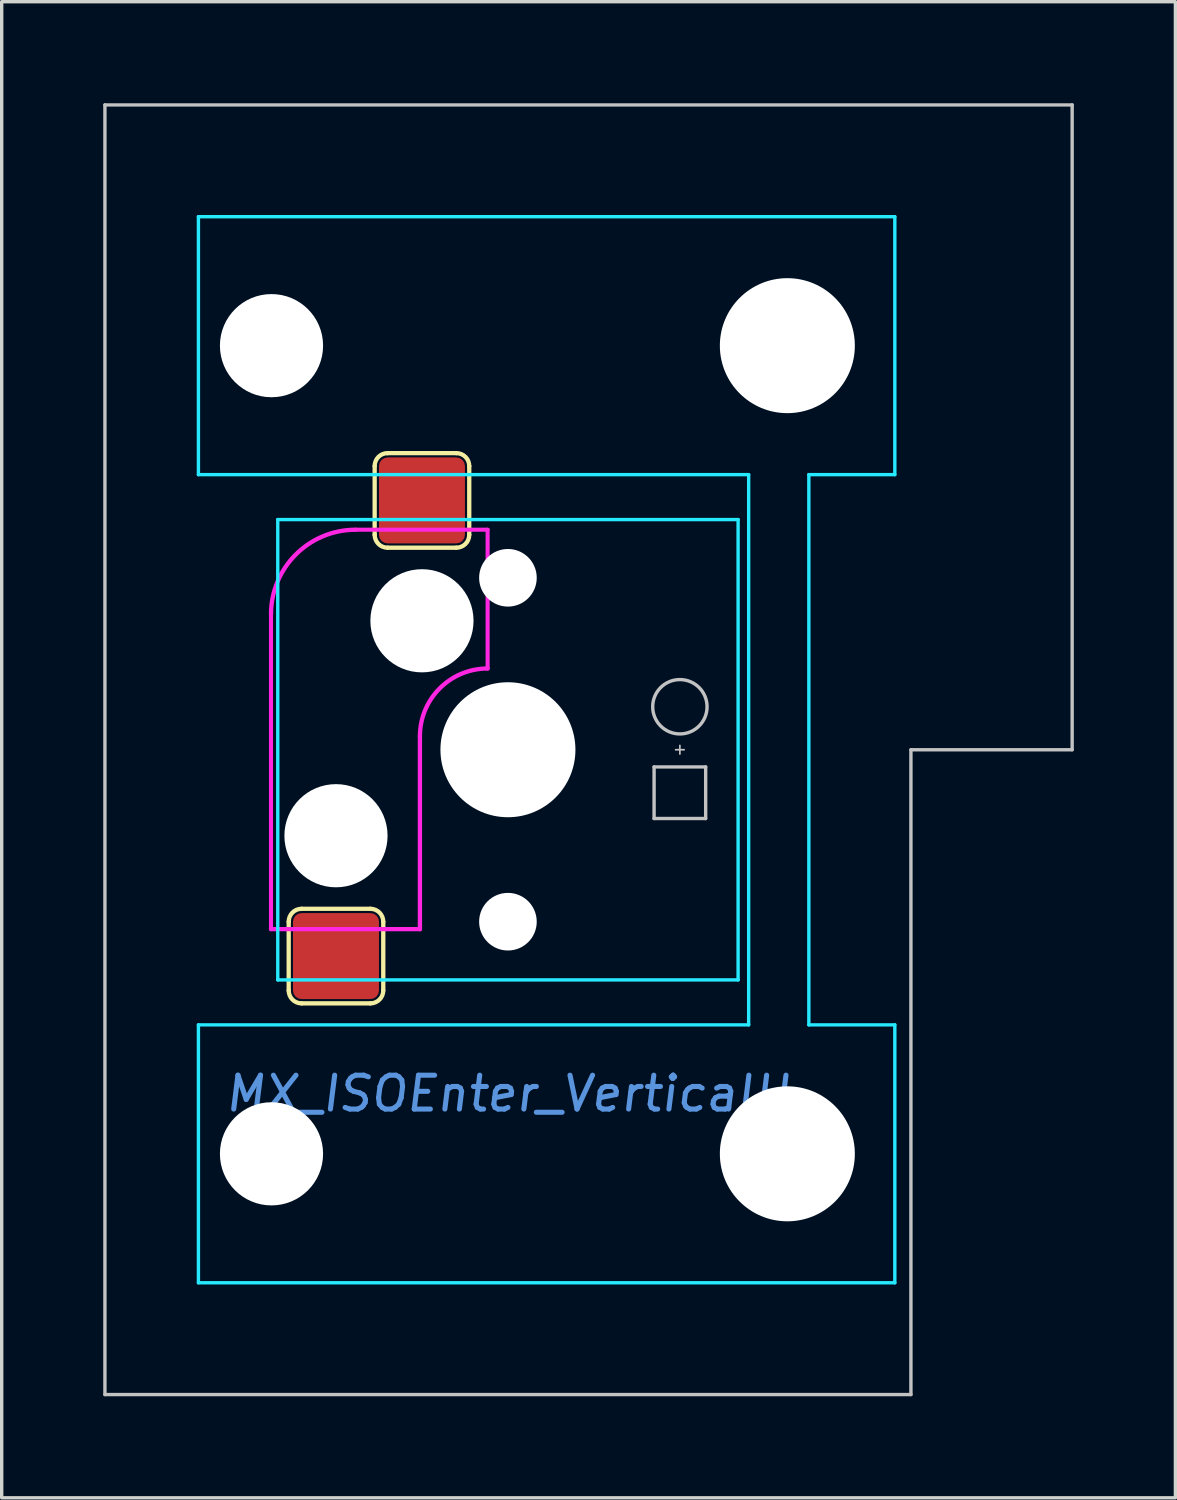
<source format=kicad_pcb>
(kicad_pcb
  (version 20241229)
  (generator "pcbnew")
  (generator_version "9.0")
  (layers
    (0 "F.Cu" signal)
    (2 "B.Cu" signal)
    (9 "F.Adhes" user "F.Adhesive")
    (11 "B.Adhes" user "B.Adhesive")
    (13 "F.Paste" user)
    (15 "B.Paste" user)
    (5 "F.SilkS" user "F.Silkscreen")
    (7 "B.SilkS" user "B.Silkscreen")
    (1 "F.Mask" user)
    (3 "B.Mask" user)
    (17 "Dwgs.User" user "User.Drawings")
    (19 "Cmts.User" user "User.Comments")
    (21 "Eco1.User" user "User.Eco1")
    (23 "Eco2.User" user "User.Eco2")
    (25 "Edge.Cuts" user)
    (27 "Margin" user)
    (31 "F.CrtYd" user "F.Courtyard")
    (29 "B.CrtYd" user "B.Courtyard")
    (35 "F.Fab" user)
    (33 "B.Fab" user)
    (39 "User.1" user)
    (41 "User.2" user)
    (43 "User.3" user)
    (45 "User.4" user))
  (footprint "MX_ISOEnter_VerticalH"
    (layer "F.Cu")
    (at 11.956 19.1)
    (property "Reference" "MX_ISOEnter_VerticalH" (at 0 10.16 0) (layer "Cmts.User") (effects (font (size 1 1) (thickness 0.15) (italic yes))))
    (attr smd)
    (fp_line (start -6.477 5.08) (end -6.477 7.112) (stroke (width 0.127) (type solid)) (layer "F.SilkS"))
    (fp_line (start -6.096 7.493) (end -4.064 7.493) (stroke (width 0.127) (type solid)) (layer "F.SilkS"))
    (fp_line (start -4.064 4.699) (end -6.096 4.699) (stroke (width 0.127) (type solid)) (layer "F.SilkS"))
    (fp_line (start -3.937 -8.382) (end -3.937 -6.35) (stroke (width 0.127) (type solid)) (layer "F.SilkS"))
    (fp_line (start -3.683 7.112) (end -3.683 5.08) (stroke (width 0.127) (type solid)) (layer "F.SilkS"))
    (fp_line (start -3.556 -5.969) (end -1.524 -5.969) (stroke (width 0.127) (type solid)) (layer "F.SilkS"))
    (fp_line (start -1.524 -8.763) (end -3.556 -8.763) (stroke (width 0.127) (type solid)) (layer "F.SilkS"))
    (fp_line (start -1.143 -6.35) (end -1.143 -8.382) (stroke (width 0.127) (type solid)) (layer "F.SilkS"))
    (fp_arc (start -6.477 5.08) (mid -6.365408 4.810592) (end -6.096 4.699) (stroke (width 0.127) (type solid)) (layer "F.SilkS"))
    (fp_arc (start -6.096 7.493) (mid -6.365408 7.381408) (end -6.477 7.112) (stroke (width 0.127) (type solid)) (layer "F.SilkS"))
    (fp_arc (start -4.064 4.699) (mid -3.794592 4.810592) (end -3.683 5.08) (stroke (width 0.127) (type solid)) (layer "F.SilkS"))
    (fp_arc (start -3.937 -8.382) (mid -3.825408 -8.651408) (end -3.556 -8.763) (stroke (width 0.127) (type solid)) (layer "F.SilkS"))
    (fp_arc (start -3.683 7.112) (mid -3.794592 7.381408) (end -4.064 7.493) (stroke (width 0.127) (type solid)) (layer "F.SilkS"))
    (fp_arc (start -3.556 -5.969) (mid -3.825408 -6.080592) (end -3.937 -6.35) (stroke (width 0.127) (type solid)) (layer "F.SilkS"))
    (fp_arc (start -1.524 -8.763) (mid -1.254592 -8.651408) (end -1.143 -8.382) (stroke (width 0.127) (type solid)) (layer "F.SilkS"))
    (fp_arc (start -1.143 -6.35) (mid -1.254592 -6.080592) (end -1.524 -5.969) (stroke (width 0.127) (type solid)) (layer "F.SilkS"))
    (fp_line (start -11.906 19.05) (end -11.906 -19.05) (stroke (width 0.1) (type solid)) (layer "Dwgs.User"))
    (fp_line (start 4.318 0.508) (end 4.318 2.032) (stroke (width 0.1) (type solid)) (layer "Dwgs.User"))
    (fp_line (start 4.318 0.508) (end 5.842 0.508) (stroke (width 0.1) (type solid)) (layer "Dwgs.User"))
    (fp_line (start 4.318 2.032) (end 5.842 2.032) (stroke (width 0.1) (type solid)) (layer "Dwgs.User"))
    (fp_line (start 5.08 0.127) (end 5.08 -0.127) (stroke (width 0.05) (type solid)) (layer "Dwgs.User"))
    (fp_line (start 5.207 0) (end 4.953 0) (stroke (width 0.05) (type solid)) (layer "Dwgs.User"))
    (fp_line (start 5.842 2.032) (end 5.842 0.508) (stroke (width 0.1) (type solid)) (layer "Dwgs.User"))
    (fp_line (start 11.906 19.05) (end -11.906 19.05) (stroke (width 0.1) (type solid)) (layer "Dwgs.User"))
    (fp_line (start 11.906 19.05) (end 11.906 0) (stroke (width 0.1) (type solid)) (layer "Dwgs.User"))
    (fp_line (start 16.669 -19.05) (end -11.906 -19.05) (stroke (width 0.1) (type solid)) (layer "Dwgs.User"))
    (fp_line (start 16.669 0) (end 11.906 0) (stroke (width 0.1) (type solid)) (layer "Dwgs.User"))
    (fp_line (start 16.669 0) (end 16.669 -19.05) (stroke (width 0.1) (type solid)) (layer "Dwgs.User"))
    (fp_circle (center 5.08 -1.27) (end 5.883 -1.27) (stroke (width 0.1) (type solid)) (fill no) (layer "Dwgs.User"))
    (fp_line (start -6.985 -6.73) (end -6.985 6.732) (stroke (width 0.1) (type solid)) (layer "Eco1.User"))
    (fp_line (start -6.731 6.986) (end -5.852 6.986) (stroke (width 0.1) (type solid)) (layer "Eco1.User"))
    (fp_line (start -6.537 -15.651) (end -6.537 -9.09) (stroke (width 0.1) (type solid)) (layer "Eco1.User"))
    (fp_line (start -6.537 9.091) (end -6.537 15.652) (stroke (width 0.1) (type solid)) (layer "Eco1.User"))
    (fp_line (start -6.283 -8.836) (end -5.852 -8.836) (stroke (width 0.1) (type solid)) (layer "Eco1.User"))
    (fp_line (start -6.283 15.906) (end -3.423 15.906) (stroke (width 0.1) (type solid)) (layer "Eco1.User"))
    (fp_line (start -5.852 -6.984) (end -6.731 -6.984) (stroke (width 0.1) (type solid)) (layer "Eco1.User"))
    (fp_line (start -5.852 8.837) (end -6.283 8.837) (stroke (width 0.1) (type solid)) (layer "Eco1.User"))
    (fp_line (start -5.598 -8.582) (end -5.598 -7.238) (stroke (width 0.1) (type solid)) (layer "Eco1.User"))
    (fp_line (start -5.598 7.24) (end -5.598 8.583) (stroke (width 0.1) (type solid)) (layer "Eco1.User"))
    (fp_line (start -3.423 -15.905) (end -6.283 -15.905) (stroke (width 0.1) (type solid)) (layer "Eco1.User"))
    (fp_line (start -3.169 -16.492) (end -3.169 -16.159) (stroke (width 0.1) (type solid)) (layer "Eco1.User"))
    (fp_line (start -3.169 16.16) (end -3.169 16.494) (stroke (width 0.1) (type solid)) (layer "Eco1.User"))
    (fp_line (start -2.915 16.748) (end 0.563 16.748) (stroke (width 0.1) (type solid)) (layer "Eco1.User"))
    (fp_line (start -2.087 0.001) (end 2.104 0.001) (stroke (width 0.1) (type solid)) (layer "Eco1.User"))
    (fp_line (start -0.001 -2.158) (end -0.001 2.16) (stroke (width 0.1) (type solid)) (layer "Eco1.User"))
    (fp_line (start 0.563 -16.746) (end -2.915 -16.746) (stroke (width 0.1) (type solid)) (layer "Eco1.User"))
    (fp_line (start 0.817 -16.159) (end 0.817 -16.492) (stroke (width 0.1) (type solid)) (layer "Eco1.User"))
    (fp_line (start 0.817 16.494) (end 0.817 16.16) (stroke (width 0.1) (type solid)) (layer "Eco1.User"))
    (fp_line (start 1.071 15.906) (end 6.177 15.906) (stroke (width 0.1) (type solid)) (layer "Eco1.User"))
    (fp_line (start 5.757 -7.238) (end 5.757 -8.582) (stroke (width 0.1) (type solid)) (layer "Eco1.User"))
    (fp_line (start 5.757 8.583) (end 5.757 7.24) (stroke (width 0.1) (type solid)) (layer "Eco1.User"))
    (fp_line (start 6.011 -8.836) (end 6.289 -8.836) (stroke (width 0.1) (type solid)) (layer "Eco1.User"))
    (fp_line (start 6.011 6.986) (end 6.749 6.986) (stroke (width 0.1) (type solid)) (layer "Eco1.User"))
    (fp_line (start 6.177 -15.905) (end 1.071 -15.905) (stroke (width 0.1) (type solid)) (layer "Eco1.User"))
    (fp_line (start 6.289 8.837) (end 6.011 8.837) (stroke (width 0.1) (type solid)) (layer "Eco1.User"))
    (fp_line (start 6.431 -14.42) (end 6.431 -15.651) (stroke (width 0.1) (type solid)) (layer "Eco1.User"))
    (fp_line (start 6.431 15.652) (end 6.431 14.421) (stroke (width 0.1) (type solid)) (layer "Eco1.User"))
    (fp_line (start 6.543 -9.09) (end 6.543 -10.265) (stroke (width 0.1) (type solid)) (layer "Eco1.User"))
    (fp_line (start 6.543 10.266) (end 6.543 9.091) (stroke (width 0.1) (type solid)) (layer "Eco1.User"))
    (fp_line (start 6.685 14.167) (end 7.805 14.167) (stroke (width 0.1) (type solid)) (layer "Eco1.User"))
    (fp_line (start 6.749 -6.984) (end 6.011 -6.984) (stroke (width 0.1) (type solid)) (layer "Eco1.User"))
    (fp_line (start 6.797 -10.519) (end 7.805 -10.519) (stroke (width 0.1) (type solid)) (layer "Eco1.User"))
    (fp_line (start 7.003 6.732) (end 7.003 -6.73) (stroke (width 0.1) (type solid)) (layer "Eco1.User"))
    (fp_line (start 7.805 -14.166) (end 6.685 -14.166) (stroke (width 0.1) (type solid)) (layer "Eco1.User"))
    (fp_line (start 7.805 10.52) (end 6.797 10.52) (stroke (width 0.1) (type solid)) (layer "Eco1.User"))
    (fp_line (start 8.059 -10.773) (end 8.059 -13.912) (stroke (width 0.1) (type solid)) (layer "Eco1.User"))
    (fp_line (start 8.059 13.913) (end 8.059 10.774) (stroke (width 0.1) (type solid)) (layer "Eco1.User"))
    (fp_arc (start -6.985 -6.730206) (mid -6.910605 -6.909811) (end -6.731 -6.984206) (stroke (width 0.1) (type solid)) (layer "Eco1.User"))
    (fp_arc (start -6.731 6.985812) (mid -6.910605 6.911417) (end -6.985 6.731812) (stroke (width 0.1) (type solid)) (layer "Eco1.User"))
    (fp_arc (start -6.537389 -15.650819) (mid -6.462994 -15.830424) (end -6.283389 -15.904819) (stroke (width 0.1) (type solid)) (layer "Eco1.User"))
    (fp_arc (start -6.537389 9.09126) (mid -6.462994 8.911655) (end -6.283389 8.83726) (stroke (width 0.1) (type solid)) (layer "Eco1.User"))
    (fp_arc (start -6.283389 -8.835655) (mid -6.462994 -8.91005) (end -6.537389 -9.089655) (stroke (width 0.1) (type solid)) (layer "Eco1.User"))
    (fp_arc (start -6.283389 15.906426) (mid -6.462994 15.832031) (end -6.537389 15.652426) (stroke (width 0.1) (type solid)) (layer "Eco1.User"))
    (fp_arc (start -5.851639 -8.835655) (mid -5.672034 -8.76126) (end -5.597639 -8.581655) (stroke (width 0.1) (type solid)) (layer "Eco1.User"))
    (fp_arc (start -5.851639 6.985812) (mid -5.672034 7.060207) (end -5.597639 7.239812) (stroke (width 0.1) (type solid)) (layer "Eco1.User"))
    (fp_arc (start -5.597639 -7.238206) (mid -5.672034 -7.058601) (end -5.851639 -6.984206) (stroke (width 0.1) (type solid)) (layer "Eco1.User"))
    (fp_arc (start -5.597639 8.58326) (mid -5.672034 8.762865) (end -5.851639 8.83726) (stroke (width 0.1) (type solid)) (layer "Eco1.User"))
    (fp_arc (start -3.423367 15.906426) (mid -3.243762 15.980821) (end -3.169367 16.160426) (stroke (width 0.1) (type solid)) (layer "Eco1.User"))
    (fp_arc (start -3.169367 -16.492386) (mid -3.094972 -16.671991) (end -2.915367 -16.746386) (stroke (width 0.1) (type solid)) (layer "Eco1.User"))
    (fp_arc (start -3.169367 -16.158819) (mid -3.243762 -15.979214) (end -3.423367 -15.904819) (stroke (width 0.1) (type solid)) (layer "Eco1.User"))
    (fp_arc (start -2.915367 16.747995) (mid -3.094972 16.6736) (end -3.169367 16.493995) (stroke (width 0.1) (type solid)) (layer "Eco1.User"))
    (fp_arc (start 0.562684 -16.746386) (mid 0.742289 -16.671991) (end 0.816684 -16.492386) (stroke (width 0.1) (type solid)) (layer "Eco1.User"))
    (fp_arc (start 0.816684 16.160426) (mid 0.891079 15.980821) (end 1.070684 15.906426) (stroke (width 0.1) (type solid)) (layer "Eco1.User"))
    (fp_arc (start 0.816684 16.493995) (mid 0.742289 16.6736) (end 0.562684 16.747995) (stroke (width 0.1) (type solid)) (layer "Eco1.User"))
    (fp_arc (start 1.070684 -15.904819) (mid 0.891079 -15.979214) (end 0.816684 -16.158819) (stroke (width 0.1) (type solid)) (layer "Eco1.User"))
    (fp_arc (start 5.757382 -8.581655) (mid 5.831777 -8.76126) (end 6.011382 -8.835655) (stroke (width 0.1) (type solid)) (layer "Eco1.User"))
    (fp_arc (start 5.757382 7.239812) (mid 5.831777 7.060207) (end 6.011382 6.985812) (stroke (width 0.1) (type solid)) (layer "Eco1.User"))
    (fp_arc (start 6.011382 -6.984206) (mid 5.831777 -7.058601) (end 5.757382 -7.238206) (stroke (width 0.1) (type solid)) (layer "Eco1.User"))
    (fp_arc (start 6.011382 8.83726) (mid 5.831777 8.762865) (end 5.757382 8.58326) (stroke (width 0.1) (type solid)) (layer "Eco1.User"))
    (fp_arc (start 6.176634 -15.904819) (mid 6.356239 -15.830424) (end 6.430634 -15.650819) (stroke (width 0.1) (type solid)) (layer "Eco1.User"))
    (fp_arc (start 6.288846 8.83726) (mid 6.468451 8.911655) (end 6.542846 9.09126) (stroke (width 0.1) (type solid)) (layer "Eco1.User"))
    (fp_arc (start 6.430634 14.421189) (mid 6.505029 14.241584) (end 6.684634 14.167189) (stroke (width 0.1) (type solid)) (layer "Eco1.User"))
    (fp_arc (start 6.430634 15.652426) (mid 6.356239 15.832031) (end 6.176634 15.906426) (stroke (width 0.1) (type solid)) (layer "Eco1.User"))
    (fp_arc (start 6.542846 -10.264789) (mid 6.617241 -10.444394) (end 6.796846 -10.518789) (stroke (width 0.1) (type solid)) (layer "Eco1.User"))
    (fp_arc (start 6.542846 -9.089655) (mid 6.468451 -8.91005) (end 6.288846 -8.835655) (stroke (width 0.1) (type solid)) (layer "Eco1.User"))
    (fp_arc (start 6.684634 -14.16558) (mid 6.505029 -14.239975) (end 6.430634 -14.41958) (stroke (width 0.1) (type solid)) (layer "Eco1.User"))
    (fp_arc (start 6.748758 -6.984206) (mid 6.928363 -6.909811) (end 7.002758 -6.730206) (stroke (width 0.1) (type solid)) (layer "Eco1.User"))
    (fp_arc (start 6.796846 10.520399) (mid 6.617241 10.446004) (end 6.542846 10.266399) (stroke (width 0.1) (type solid)) (layer "Eco1.User"))
    (fp_arc (start 7.002758 6.731812) (mid 6.928363 6.911417) (end 6.748758 6.985812) (stroke (width 0.1) (type solid)) (layer "Eco1.User"))
    (fp_arc (start 7.80542 -14.16558) (mid 7.985025 -14.091185) (end 8.05942 -13.91158) (stroke (width 0.1) (type solid)) (layer "Eco1.User"))
    (fp_arc (start 7.80542 10.520399) (mid 7.985025 10.594794) (end 8.05942 10.774399) (stroke (width 0.1) (type solid)) (layer "Eco1.User"))
    (fp_arc (start 8.05942 13.913189) (mid 7.985025 14.092794) (end 7.80542 14.167189) (stroke (width 0.1) (type solid)) (layer "Eco1.User"))
    (fp_circle (center 0 0) (end 0 -1.904) (stroke (width 0.1) (type solid)) (fill no) (layer "Eco1.User"))
    (fp_line (start -9.144 -15.748) (end 11.43 -15.748) (stroke (width 0.1) (type solid)) (layer "B.CrtYd"))
    (fp_line (start -9.144 -8.128) (end -9.144 -15.748) (stroke (width 0.1) (type solid)) (layer "B.CrtYd"))
    (fp_line (start -9.144 -8.128) (end 7.112 -8.128) (stroke (width 0.1) (type solid)) (layer "B.CrtYd"))
    (fp_line (start -9.144 8.128) (end 7.112 8.128) (stroke (width 0.1) (type solid)) (layer "B.CrtYd"))
    (fp_line (start -9.144 15.748) (end -9.144 8.128) (stroke (width 0.1) (type solid)) (layer "B.CrtYd"))
    (fp_line (start -6.8 6.8) (end -6.8 -6.8) (stroke (width 0.1) (type solid)) (layer "B.CrtYd"))
    (fp_line (start 6.8 -6.8) (end -6.8 -6.8) (stroke (width 0.1) (type solid)) (layer "B.CrtYd"))
    (fp_line (start 6.8 6.8) (end -6.8 6.8) (stroke (width 0.1) (type solid)) (layer "B.CrtYd"))
    (fp_line (start 6.8 6.8) (end 6.8 -6.8) (stroke (width 0.1) (type solid)) (layer "B.CrtYd"))
    (fp_line (start 7.112 8.128) (end 7.112 -8.128) (stroke (width 0.1) (type solid)) (layer "B.CrtYd"))
    (fp_line (start 8.89 8.128) (end 8.89 -8.128) (stroke (width 0.1) (type solid)) (layer "B.CrtYd"))
    (fp_line (start 11.43 -15.748) (end 11.43 -8.128) (stroke (width 0.1) (type solid)) (layer "B.CrtYd"))
    (fp_line (start 11.43 -8.128) (end 8.89 -8.128) (stroke (width 0.1) (type solid)) (layer "B.CrtYd"))
    (fp_line (start 11.43 8.128) (end 8.89 8.128) (stroke (width 0.1) (type solid)) (layer "B.CrtYd"))
    (fp_line (start 11.43 8.128) (end 11.43 15.748) (stroke (width 0.1) (type solid)) (layer "B.CrtYd"))
    (fp_line (start 11.43 15.748) (end -9.144 15.748) (stroke (width 0.1) (type solid)) (layer "B.CrtYd"))
    (fp_line (start -7 -4) (end -7 5.3) (stroke (width 0.12) (type solid)) (layer "F.CrtYd"))
    (fp_line (start -7 5.3) (end -2.6 5.3) (stroke (width 0.127) (type solid)) (layer "F.CrtYd"))
    (fp_line (start -4.5 -6.5) (end -0.6 -6.5) (stroke (width 0.12) (type solid)) (layer "F.CrtYd"))
    (fp_line (start -2.6 -0.4) (end -2.6 5.3) (stroke (width 0.127) (type solid)) (layer "F.CrtYd"))
    (fp_line (start -0.6 -6.5) (end -0.6 -2.4) (stroke (width 0.12) (type solid)) (layer "F.CrtYd"))
    (fp_arc (start -7 -4) (mid -6.267767 -5.767767) (end -4.5 -6.5) (stroke (width 0.127) (type solid)) (layer "F.CrtYd"))
    (fp_arc (start -2.6 -0.4) (mid -2.014214 -1.814214) (end -0.6 -2.4) (stroke (width 0.127) (type solid)) (layer "F.CrtYd"))
    (pad "" np_thru_hole circle (at -6.985 -11.938 90) (size 3.048 3.048) (drill 3.048) (layers "*.Cu" "*.Mask"))
    (pad "" np_thru_hole circle (at -6.985 11.938 90) (size 3.048 3.048) (drill 3.048) (layers "*.Cu" "*.Mask"))
    (pad "" np_thru_hole circle (at -5.08 2.54 90) (size 3.048 3.048) (drill 3.048) (layers "*.Cu" "*.Mask"))
    (pad "" np_thru_hole circle (at -2.54 -3.81 90) (size 3.048 3.048) (drill 3.048) (layers "*.Cu" "*.Mask"))
    (pad "" np_thru_hole circle (at 0 -5.08) (size 1.702 1.702) (drill 1.702) (layers "*.Cu" "*.Mask"))
    (pad "" np_thru_hole circle (at 0 0) (size 3.988 3.988) (drill 3.988) (layers "*.Cu" "*.Mask"))
    (pad "" np_thru_hole circle (at 0 5.08) (size 1.702 1.702) (drill 1.702) (layers "*.Cu" "*.Mask"))
    (pad "" np_thru_hole circle (at 8.255 -11.938 90) (size 3.988 3.988) (drill 3.988) (layers "*.Cu" "*.Mask"))
    (pad "" np_thru_hole circle (at 8.255 11.938 90) (size 3.988 3.988) (drill 3.988) (layers "*.Cu" "*.Mask"))
    (pad "1" smd roundrect (at -5.08 6.096 90) (size 2.54 2.54) (layers "F.Cu" "F.Mask") (roundrect_rratio 0.1))
    (pad "2" smd roundrect (at -2.54 -7.366 90) (size 2.54 2.54) (layers "F.Cu" "F.Mask") (roundrect_rratio 0.1)))
  (gr_rect
    (start -3 -3)
    (end 31.675 41.2)
    (stroke (width 0.1) (type default))
    (fill no)
    (layer "Edge.Cuts")))
</source>
